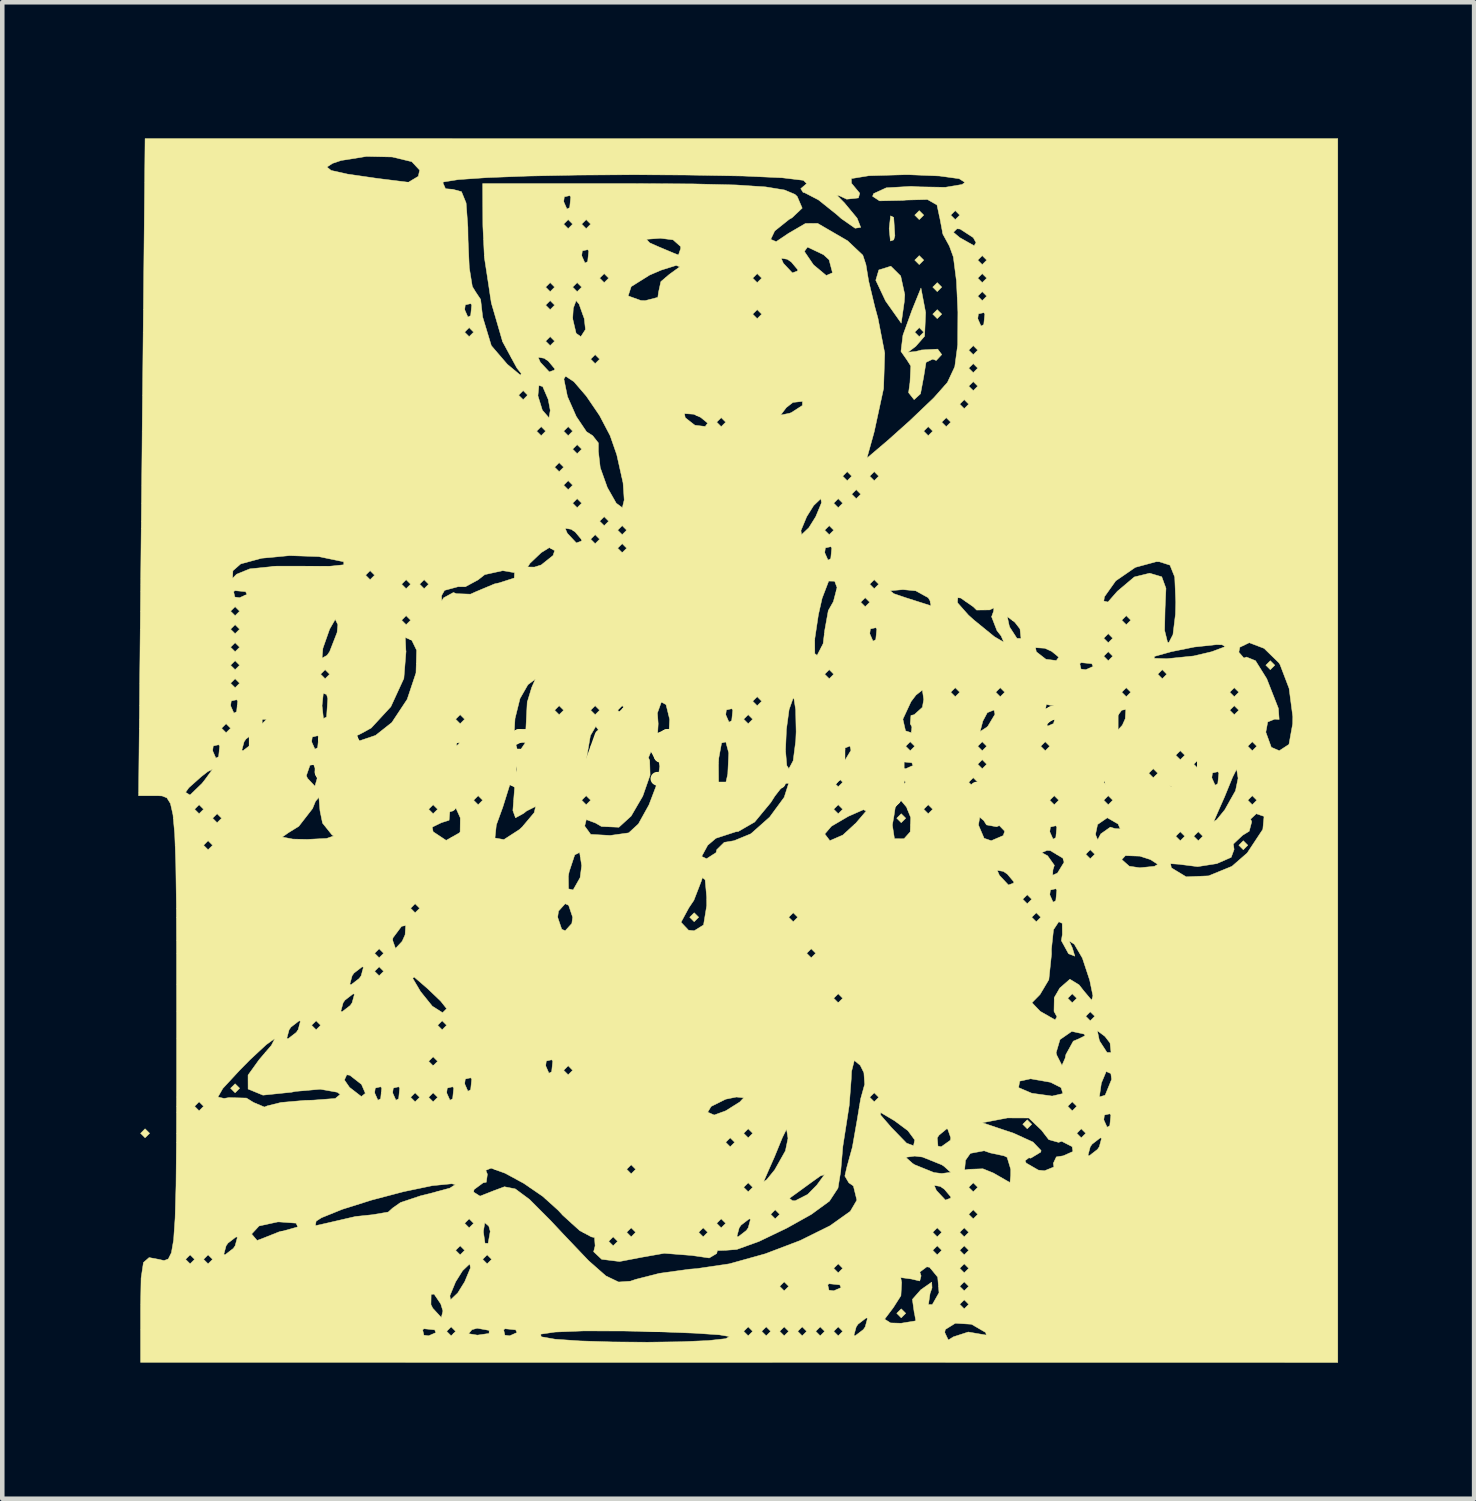
<source format=kicad_pcb>
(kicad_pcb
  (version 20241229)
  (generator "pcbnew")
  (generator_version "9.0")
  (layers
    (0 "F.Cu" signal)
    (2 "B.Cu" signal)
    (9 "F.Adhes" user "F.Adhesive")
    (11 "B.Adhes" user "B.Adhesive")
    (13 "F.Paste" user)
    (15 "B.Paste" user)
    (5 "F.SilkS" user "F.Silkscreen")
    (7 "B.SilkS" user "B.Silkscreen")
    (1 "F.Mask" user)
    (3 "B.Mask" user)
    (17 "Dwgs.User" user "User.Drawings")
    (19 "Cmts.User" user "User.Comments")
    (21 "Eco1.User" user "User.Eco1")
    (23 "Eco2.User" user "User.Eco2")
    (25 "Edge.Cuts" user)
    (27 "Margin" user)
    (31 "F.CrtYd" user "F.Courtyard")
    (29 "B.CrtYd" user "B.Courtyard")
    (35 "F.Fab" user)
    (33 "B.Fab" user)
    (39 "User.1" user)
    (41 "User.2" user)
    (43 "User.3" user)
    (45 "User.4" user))
  (footprint "Pappavis_logo_2klr"
    (layer "F.Cu")
    (at 13.146 13.499)
    (property "Reference" "Pappavis_logo_2klr" (at 0 0 0) (layer "F.SilkS") (effects (font (size 1.524 1.524) (thickness 0.3))))
    (attr through_hole)
    (fp_poly (pts (xy -12.898 8.434) (xy -12.998 8.533) (xy -13.097 8.434) (xy -12.998 8.334) (xy -12.898 8.434)) (stroke (width 0.01) (type solid)) (fill yes) (layer "F.SilkS"))
    (fp_poly (pts (xy -10.914 7.441) (xy -11.013 7.541) (xy -11.113 7.441) (xy -11.013 7.342) (xy -10.914 7.441)) (stroke (width 0.01) (type solid)) (fill yes) (layer "F.SilkS"))
    (fp_poly (pts (xy -2.977 -0.099) (xy -3.076 0) (xy -3.175 -0.099) (xy -3.076 -0.198) (xy -2.977 -0.099)) (stroke (width 0.01) (type solid)) (fill yes) (layer "F.SilkS"))
    (fp_poly (pts (xy -0.794 3.671) (xy -0.893 3.77) (xy -0.992 3.671) (xy -0.893 3.572) (xy -0.794 3.671)) (stroke (width 0.01) (type solid)) (fill yes) (layer "F.SilkS"))
    (fp_poly (pts (xy 3.77 1.488) (xy 3.671 1.587) (xy 3.572 1.488) (xy 3.671 1.389) (xy 3.77 1.488)) (stroke (width 0.01) (type solid)) (fill yes) (layer "F.SilkS"))
    (fp_poly (pts (xy 3.77 12.402) (xy 3.671 12.502) (xy 3.572 12.402) (xy 3.671 12.303) (xy 3.77 12.402)) (stroke (width 0.01) (type solid)) (fill yes) (layer "F.SilkS"))
    (fp_poly (pts (xy 4.167 -11.807) (xy 4.068 -11.708) (xy 3.969 -11.807) (xy 4.068 -11.906) (xy 4.167 -11.807)) (stroke (width 0.01) (type solid)) (fill yes) (layer "F.SilkS"))
    (fp_poly (pts (xy 4.167 -10.815) (xy 4.068 -10.716) (xy 3.969 -10.815) (xy 4.068 -10.914) (xy 4.167 -10.815)) (stroke (width 0.01) (type solid)) (fill yes) (layer "F.SilkS"))
    (fp_poly (pts (xy 4.564 -10.22) (xy 4.465 -10.12) (xy 4.366 -10.22) (xy 4.465 -10.319) (xy 4.564 -10.22)) (stroke (width 0.01) (type solid)) (fill yes) (layer "F.SilkS"))
    (fp_poly (pts (xy 4.564 -9.624) (xy 4.465 -9.525) (xy 4.366 -9.624) (xy 4.465 -9.723) (xy 4.564 -9.624)) (stroke (width 0.01) (type solid)) (fill yes) (layer "F.SilkS"))
    (fp_poly (pts (xy 6.548 8.235) (xy 6.449 8.334) (xy 6.35 8.235) (xy 6.449 8.136) (xy 6.548 8.235)) (stroke (width 0.01) (type solid)) (fill yes) (layer "F.SilkS"))
    (fp_poly (pts (xy 11.311 2.084) (xy 11.212 2.183) (xy 11.113 2.084) (xy 11.212 1.984) (xy 11.311 2.084)) (stroke (width 0.01) (type solid)) (fill yes) (layer "F.SilkS"))
    (fp_poly (pts (xy 11.906 -1.885) (xy 11.807 -1.786) (xy 11.708 -1.885) (xy 11.807 -1.984) (xy 11.906 -1.885)) (stroke (width 0.01) (type solid)) (fill yes) (layer "F.SilkS"))
    (fp_poly (pts (xy 3.505 -11.757) (xy 3.531 -11.351) (xy 3.505 -11.261) (xy 3.432 -11.236) (xy 3.405 -11.509) (xy 3.436 -11.791) (xy 3.505 -11.757)) (stroke (width 0.01) (type solid)) (fill yes) (layer "F.SilkS"))
    (fp_poly (pts (xy 3.659 -10.466) (xy 3.749 -10.054) (xy 3.738 -9.895) (xy 3.671 -9.426) (xy 3.326 -9.914) (xy 3.11 -10.371) (xy 3.177 -10.598) (xy 3.442 -10.681) (xy 3.659 -10.466)) (stroke (width 0.01) (type solid)) (fill yes) (layer "F.SilkS"))
    (fp_poly (pts (xy 4.209 -9.659) (xy 4.186 -9.137) (xy 3.992 -8.915) (xy 3.82 -8.784) (xy 3.992 -8.801) (xy 4.118 -8.834) (xy 4.475 -8.853) (xy 4.564 -8.733) (xy 4.443 -8.602) (xy 4.366 -8.632) (xy 4.218 -8.562) (xy 4.167 -8.247) (xy 4.096 -7.868) (xy 3.955 -7.739) (xy 3.833 -7.893) (xy 3.864 -8.119) (xy 3.882 -8.481) (xy 3.796 -8.616) (xy 3.665 -8.803) (xy 3.709 -9.161) (xy 3.733 -9.227) (xy 3.969 -9.227) (xy 4.068 -9.128) (xy 4.167 -9.227) (xy 4.068 -9.327) (xy 3.969 -9.227) (xy 3.733 -9.227) (xy 3.909 -9.713) (xy 4.106 -10.199) (xy 4.209 -9.659)) (stroke (width 0.01) (type solid)) (fill yes) (layer "F.SilkS"))
    (fp_poly (pts (xy 13.295 13.485) (xy 0.099 13.484) (xy -13.097 13.483) (xy -13.097 12.766) (xy -6.879 12.766) (xy -6.852 12.884) (xy -6.747 12.898) (xy -6.584 12.826) (xy -6.597 12.799) (xy -6.35 12.799) (xy -6.251 12.898) (xy -6.203 12.851) (xy -5.867 12.851) (xy -5.672 12.883) (xy -5.415 12.846) (xy -5.412 12.779) (xy -5.481 12.766) (xy -5.093 12.766) (xy -5.066 12.884) (xy -4.961 12.898) (xy -4.879 12.862) (xy -4.278 12.862) (xy -4.266 12.919) (xy -3.958 12.973) (xy -3.403 13.011) (xy -2.693 13.033) (xy -1.924 13.039) (xy -1.189 13.029) (xy -0.583 13.003) (xy -0.198 12.961) (xy -0.117 12.914) (xy -0.339 12.876) (xy -0.874 12.84) (xy -1.639 12.81) (xy -2.104 12.799) (xy 0.198 12.799) (xy 0.298 12.898) (xy 0.397 12.799) (xy 0.595 12.799) (xy 0.695 12.898) (xy 0.794 12.799) (xy 0.992 12.799) (xy 1.091 12.898) (xy 1.191 12.799) (xy 1.389 12.799) (xy 1.488 12.898) (xy 1.587 12.799) (xy 1.786 12.799) (xy 1.885 12.898) (xy 1.984 12.799) (xy 2.183 12.799) (xy 2.282 12.898) (xy 2.295 12.886) (xy 2.628 12.886) (xy 2.655 12.898) (xy 2.753 12.824) (xy 4.63 12.824) (xy 4.709 12.991) (xy 4.82 12.921) (xy 5.149 12.814) (xy 5.332 12.846) (xy 5.546 12.882) (xy 5.533 12.825) (xy 5.22 12.643) (xy 4.864 12.621) (xy 4.643 12.758) (xy 4.63 12.824) (xy 2.753 12.824) (xy 2.837 12.759) (xy 2.877 12.7) (xy 2.923 12.531) (xy 3.305 12.531) (xy 3.436 12.614) (xy 3.668 12.621) (xy 3.992 12.568) (xy 3.962 12.395) (xy 3.958 12.389) (xy 3.917 12.094) (xy 4.103 11.883) (xy 4.343 11.715) (xy 4.35 11.841) (xy 4.306 11.966) (xy 4.271 12.208) (xy 4.355 12.21) (xy 4.359 12.204) (xy 4.961 12.204) (xy 5.06 12.303) (xy 5.159 12.204) (xy 5.06 12.105) (xy 4.961 12.204) (xy 4.359 12.204) (xy 4.504 11.948) (xy 4.492 11.807) (xy 4.961 11.807) (xy 5.06 11.906) (xy 5.159 11.807) (xy 5.06 11.708) (xy 4.961 11.807) (xy 4.492 11.807) (xy 4.475 11.605) (xy 4.316 11.41) (xy 4.961 11.41) (xy 5.06 11.509) (xy 5.159 11.41) (xy 5.06 11.311) (xy 4.961 11.41) (xy 4.316 11.41) (xy 4.298 11.388) (xy 4.235 11.377) (xy 4.081 11.492) (xy 4.109 11.576) (xy 4.079 11.689) (xy 3.892 11.645) (xy 3.66 11.614) (xy 3.68 11.723) (xy 3.664 12.014) (xy 3.497 12.276) (xy 3.305 12.531) (xy 2.923 12.531) (xy 2.928 12.514) (xy 2.901 12.502) (xy 2.72 12.641) (xy 2.679 12.7) (xy 2.628 12.886) (xy 2.295 12.886) (xy 2.381 12.799) (xy 2.282 12.7) (xy 2.183 12.799) (xy 1.984 12.799) (xy 1.885 12.7) (xy 1.786 12.799) (xy 1.587 12.799) (xy 1.488 12.7) (xy 1.389 12.799) (xy 1.191 12.799) (xy 1.091 12.7) (xy 0.992 12.799) (xy 0.794 12.799) (xy 0.695 12.7) (xy 0.595 12.799) (xy 0.397 12.799) (xy 0.298 12.7) (xy 0.198 12.799) (xy -2.104 12.799) (xy -2.434 12.792) (xy -3.329 12.79) (xy -3.959 12.815) (xy -4.278 12.862) (xy -4.879 12.862) (xy -4.798 12.826) (xy -4.829 12.766) (xy -5.064 12.742) (xy -5.093 12.766) (xy -5.481 12.766) (xy -5.677 12.731) (xy -5.792 12.763) (xy -5.867 12.851) (xy -6.203 12.851) (xy -6.152 12.799) (xy -6.251 12.7) (xy -6.35 12.799) (xy -6.597 12.799) (xy -6.615 12.766) (xy -6.85 12.742) (xy -6.879 12.766) (xy -13.097 12.766) (xy -13.097 12.284) (xy -13.096 12.21) (xy -6.696 12.21) (xy -6.656 12.29) (xy -6.467 12.495) (xy -6.432 12.35) (xy -6.48 12.195) (xy -6.602 12.015) (xy -6.279 12.015) (xy -6.265 12.105) (xy -6.105 11.953) (xy -6.015 11.807) (xy 0.992 11.807) (xy 1.091 11.906) (xy 1.191 11.807) (xy 1.158 11.774) (xy 2.051 11.774) (xy 2.078 11.892) (xy 2.183 11.906) (xy 2.346 11.834) (xy 2.315 11.774) (xy 2.08 11.75) (xy 2.051 11.774) (xy 1.158 11.774) (xy 1.091 11.708) (xy 0.992 11.807) (xy -6.015 11.807) (xy -5.953 11.708) (xy -5.825 11.401) (xy -5.84 11.311) (xy -5.999 11.463) (xy -6.152 11.708) (xy -6.279 12.015) (xy -6.602 12.015) (xy -6.626 11.979) (xy -6.692 11.984) (xy -6.696 12.21) (xy -13.096 12.21) (xy -13.086 11.626) (xy -13.034 11.282) (xy -12.909 11.173) (xy -12.7 11.212) (xy -12.58 11.239) (xy -12.505 11.212) (xy -12.105 11.212) (xy -12.005 11.311) (xy -11.906 11.212) (xy -11.708 11.212) (xy -11.609 11.311) (xy -11.509 11.212) (xy -5.556 11.212) (xy -5.457 11.311) (xy -5.358 11.212) (xy -5.457 11.113) (xy -5.556 11.212) (xy -11.509 11.212) (xy -11.609 11.113) (xy -11.708 11.212) (xy -11.906 11.212) (xy -12.005 11.113) (xy -12.105 11.212) (xy -12.505 11.212) (xy -12.487 11.205) (xy -12.434 11.1) (xy -11.262 11.1) (xy -11.235 11.113) (xy -11.107 11.013) (xy -6.152 11.013) (xy -6.052 11.113) (xy -5.953 11.013) (xy -6.052 10.914) (xy -6.152 11.013) (xy -11.107 11.013) (xy -11.054 10.973) (xy -11.013 10.914) (xy -10.963 10.729) (xy -10.99 10.716) (xy -11.171 10.855) (xy -11.212 10.914) (xy -11.262 11.1) (xy -12.434 11.1) (xy -12.418 11.067) (xy -12.368 10.781) (xy -12.36 10.654) (xy -10.649 10.654) (xy -10.528 10.796) (xy -10.435 10.762) (xy -10.038 10.604) (xy -10.016 10.6) (xy -5.541 10.6) (xy -5.504 10.857) (xy -5.436 10.86) (xy -5.389 10.595) (xy -5.421 10.48) (xy -5.509 10.405) (xy -5.541 10.6) (xy -10.016 10.6) (xy -9.953 10.587) (xy -9.63 10.497) (xy -9.642 10.471) (xy -9.245 10.471) (xy -9.008 10.418) (xy -5.953 10.418) (xy -5.854 10.517) (xy -5.755 10.418) (xy -5.854 10.319) (xy -5.953 10.418) (xy -9.008 10.418) (xy -8.93 10.4) (xy -8.36 10.268) (xy -7.987 10.229) (xy -7.638 10.17) (xy -7.541 10.082) (xy -7.367 9.96) (xy -6.928 9.813) (xy -6.697 9.756) (xy -6.602 9.73) (xy -5.755 9.73) (xy -5.614 9.819) (xy -5.318 9.702) (xy -5.076 9.612) (xy -4.837 9.659) (xy -4.524 9.891) (xy -4.061 10.355) (xy -3.78 10.655) (xy -3.22 11.243) (xy -2.839 11.578) (xy -2.559 11.712) (xy -2.3 11.694) (xy -2.183 11.654) (xy -1.661 11.521) (xy -0.993 11.429) (xy -0.837 11.417) (xy -0.788 11.41) (xy 2.183 11.41) (xy 2.282 11.509) (xy 2.381 11.41) (xy 2.282 11.311) (xy 2.183 11.41) (xy -0.788 11.41) (xy -0.118 11.311) (xy 0.674 11.09) (xy 0.877 11.013) (xy 4.366 11.013) (xy 4.465 11.113) (xy 4.564 11.013) (xy 4.961 11.013) (xy 5.06 11.113) (xy 5.159 11.013) (xy 5.06 10.914) (xy 4.961 11.013) (xy 4.564 11.013) (xy 4.465 10.914) (xy 4.366 11.013) (xy 0.877 11.013) (xy 1.445 10.797) (xy 1.81 10.616) (xy 4.366 10.616) (xy 4.465 10.716) (xy 4.564 10.616) (xy 4.961 10.616) (xy 5.06 10.716) (xy 5.159 10.616) (xy 5.06 10.517) (xy 4.961 10.616) (xy 4.564 10.616) (xy 4.465 10.517) (xy 4.366 10.616) (xy 1.81 10.616) (xy 2.101 10.472) (xy 2.455 10.22) (xy 5.159 10.22) (xy 5.259 10.319) (xy 5.358 10.22) (xy 5.259 10.12) (xy 5.159 10.22) (xy 2.455 10.22) (xy 2.548 10.154) (xy 2.693 9.907) (xy 2.616 9.593) (xy 2.6 9.582) (xy 4.398 9.582) (xy 4.446 9.693) (xy 4.646 9.906) (xy 4.761 9.862) (xy 4.763 9.834) (xy 4.622 9.667) (xy 4.561 9.624) (xy 5.159 9.624) (xy 5.259 9.723) (xy 5.358 9.624) (xy 5.259 9.525) (xy 5.159 9.624) (xy 4.561 9.624) (xy 4.533 9.605) (xy 4.398 9.582) (xy 2.6 9.582) (xy 2.516 9.525) (xy 2.428 9.376) (xy 2.473 9.178) (xy 2.532 8.963) (xy 3.771 8.963) (xy 3.919 9.096) (xy 3.969 9.128) (xy 4.393 9.299) (xy 4.564 9.32) (xy 4.762 9.294) (xy 4.704 9.242) (xy 5.068 9.242) (xy 5.16 9.227) (xy 5.472 9.216) (xy 5.704 9.31) (xy 5.994 9.477) (xy 6.069 9.519) (xy 6.084 9.363) (xy 6.085 9.227) (xy 6.005 8.963) (xy 5.936 8.93) (xy 5.634 8.866) (xy 5.499 8.819) (xy 5.195 8.876) (xy 5.088 9.028) (xy 5.068 9.242) (xy 4.704 9.242) (xy 4.614 9.161) (xy 4.564 9.128) (xy 4.139 8.957) (xy 3.969 8.936) (xy 3.771 8.963) (xy 2.532 8.963) (xy 2.594 8.739) (xy 2.694 8.168) (xy 2.695 8.164) (xy 2.718 8.026) (xy 3.212 8.026) (xy 3.454 8.306) (xy 3.789 8.651) (xy 3.942 8.707) (xy 3.969 8.581) (xy 3.934 8.533) (xy 4.465 8.533) (xy 4.481 8.716) (xy 4.552 8.731) (xy 4.754 8.587) (xy 4.763 8.533) (xy 4.695 8.34) (xy 4.675 8.334) (xy 4.506 8.473) (xy 4.465 8.533) (xy 3.934 8.533) (xy 3.818 8.376) (xy 3.583 8.201) (xy 5.46 8.201) (xy 6.153 8.434) (xy 6.576 8.627) (xy 6.754 8.813) (xy 6.747 8.848) (xy 6.526 8.982) (xy 6.484 8.974) (xy 6.401 9.039) (xy 6.426 9.09) (xy 6.694 9.245) (xy 6.829 9.26) (xy 7.036 9.176) (xy 7.024 9.095) (xy 7.09 8.954) (xy 7.243 8.93) (xy 7.272 8.917) (xy 7.788 8.917) (xy 7.815 8.93) (xy 7.996 8.79) (xy 8.037 8.731) (xy 8.087 8.546) (xy 8.06 8.533) (xy 7.879 8.673) (xy 7.838 8.731) (xy 7.788 8.917) (xy 7.272 8.917) (xy 7.456 8.835) (xy 7.439 8.728) (xy 7.208 8.61) (xy 7.14 8.634) (xy 6.923 8.573) (xy 6.816 8.434) (xy 7.541 8.434) (xy 7.64 8.533) (xy 7.739 8.434) (xy 7.64 8.334) (xy 7.541 8.434) (xy 6.816 8.434) (xy 6.764 8.366) (xy 6.524 8.136) (xy 8.136 8.136) (xy 8.209 8.299) (xy 8.268 8.268) (xy 8.292 8.033) (xy 8.268 8.004) (xy 8.15 8.031) (xy 8.136 8.136) (xy 6.524 8.136) (xy 6.482 8.096) (xy 6.011 8.095) (xy 5.46 8.201) (xy 3.583 8.201) (xy 3.522 8.156) (xy 3.219 7.977) (xy 3.212 8.026) (xy 2.718 8.026) (xy 2.749 7.838) (xy 7.342 7.838) (xy 7.441 7.938) (xy 7.541 7.838) (xy 7.441 7.739) (xy 7.342 7.838) (xy 2.749 7.838) (xy 2.777 7.671) (xy 2.786 7.64) (xy 2.977 7.64) (xy 3.076 7.739) (xy 3.175 7.64) (xy 3.168 7.633) (xy 8.038 7.633) (xy 8.16 7.596) (xy 8.169 7.587) (xy 8.309 7.244) (xy 8.292 7.117) (xy 8.19 7.071) (xy 8.083 7.326) (xy 8.038 7.633) (xy 3.168 7.633) (xy 3.076 7.541) (xy 2.977 7.64) (xy 2.786 7.64) (xy 2.845 7.426) (xy 6.257 7.426) (xy 6.55 7.551) (xy 6.998 7.613) (xy 7.235 7.558) (xy 7.194 7.426) (xy 6.961 7.309) (xy 6.523 7.232) (xy 6.284 7.284) (xy 6.257 7.426) (xy 2.845 7.426) (xy 2.86 7.372) (xy 2.866 7.361) (xy 2.848 7.098) (xy 2.768 6.936) (xy 2.637 6.827) (xy 2.576 7.069) (xy 2.568 7.243) (xy 2.524 7.821) (xy 2.46 8.235) (xy 2.384 8.722) (xy 2.337 9.27) (xy 2.277 9.642) (xy 2.088 9.93) (xy 1.688 10.222) (xy 1.151 10.522) (xy 0.535 10.818) (xy 0.046 10.994) (xy -0.199 11.013) (xy -0.382 11.019) (xy -0.397 11.084) (xy -0.562 11.182) (xy -0.943 11.127) (xy -1.552 11.079) (xy -2.036 11.164) (xy -2.538 11.26) (xy -2.933 11.211) (xy -3.11 11.044) (xy -3.077 10.915) (xy -3.084 10.815) (xy -2.778 10.815) (xy -2.679 10.914) (xy -2.58 10.815) (xy -2.679 10.716) (xy -2.778 10.815) (xy -3.084 10.815) (xy -3.09 10.732) (xy -3.162 10.716) (xy -3.347 10.616) (xy -2.381 10.616) (xy -2.282 10.716) (xy -2.183 10.616) (xy -0.794 10.616) (xy -0.695 10.716) (xy -0.682 10.703) (xy 0.049 10.703) (xy 0.076 10.716) (xy 0.257 10.576) (xy 0.298 10.517) (xy 0.348 10.332) (xy 0.321 10.319) (xy 0.14 10.458) (xy 0.099 10.517) (xy 0.049 10.703) (xy -0.682 10.703) (xy -0.595 10.616) (xy -0.695 10.517) (xy -0.794 10.616) (xy -2.183 10.616) (xy -2.282 10.517) (xy -2.381 10.616) (xy -3.347 10.616) (xy -3.417 10.579) (xy -3.595 10.418) (xy -0.397 10.418) (xy -0.298 10.517) (xy -0.198 10.418) (xy -0.298 10.319) (xy -0.397 10.418) (xy -3.595 10.418) (xy -3.79 10.241) (xy -3.809 10.22) (xy 0.794 10.22) (xy 0.893 10.319) (xy 0.992 10.22) (xy 0.893 10.12) (xy 0.794 10.22) (xy -3.809 10.22) (xy -3.89 10.132) (xy -4.185 9.866) (xy 1.207 9.866) (xy 1.272 9.919) (xy 1.332 9.922) (xy 1.608 9.781) (xy 1.811 9.575) (xy 1.98 9.343) (xy 1.887 9.375) (xy 1.687 9.518) (xy 1.352 9.762) (xy 1.207 9.866) (xy -4.185 9.866) (xy -4.229 9.826) (xy -4.523 9.624) (xy 0.198 9.624) (xy 0.298 9.723) (xy 0.397 9.624) (xy 0.298 9.525) (xy 0.198 9.624) (xy -4.523 9.624) (xy -4.65 9.537) (xy -4.717 9.501) (xy 0.637 9.501) (xy 0.704 9.458) (xy 0.882 9.239) (xy 1.118 8.82) (xy 1.175 8.544) (xy 1.143 8.342) (xy 1.052 8.525) (xy 1.049 8.533) (xy 0.874 8.961) (xy 0.756 9.227) (xy 0.637 9.501) (xy -4.717 9.501) (xy -5.061 9.314) (xy -5.301 9.227) (xy -2.381 9.227) (xy -2.282 9.327) (xy -2.183 9.227) (xy -2.282 9.128) (xy -2.381 9.227) (xy -5.301 9.227) (xy -5.37 9.202) (xy -5.487 9.25) (xy -5.452 9.335) (xy -5.476 9.512) (xy -5.545 9.525) (xy -5.747 9.674) (xy -5.755 9.73) (xy -6.602 9.73) (xy -6.279 9.642) (xy -6.158 9.564) (xy -6.238 9.546) (xy -6.665 9.588) (xy -7.298 9.72) (xy -8.004 9.906) (xy -8.652 10.11) (xy -9.109 10.295) (xy -9.227 10.371) (xy -9.245 10.471) (xy -9.642 10.471) (xy -9.671 10.414) (xy -10.047 10.387) (xy -10.077 10.388) (xy -10.485 10.477) (xy -10.649 10.654) (xy -12.36 10.654) (xy -12.336 10.304) (xy -12.316 9.591) (xy -12.307 8.632) (xy -0.198 8.632) (xy -0.099 8.731) (xy 0 8.632) (xy -0.099 8.533) (xy -0.198 8.632) (xy -12.307 8.632) (xy -12.307 8.598) (xy -12.306 8.434) (xy 0.198 8.434) (xy 0.298 8.533) (xy 0.397 8.434) (xy 0.298 8.334) (xy 0.198 8.434) (xy -12.306 8.434) (xy -12.305 7.968) (xy -0.595 7.968) (xy -0.452 8.031) (xy -0.198 7.938) (xy 0.113 7.743) (xy 0.198 7.651) (xy 0.038 7.634) (xy -0.198 7.682) (xy -0.52 7.842) (xy -0.595 7.968) (xy -12.305 7.968) (xy -12.305 7.838) (xy -11.906 7.838) (xy -11.807 7.938) (xy -11.708 7.838) (xy -11.807 7.739) (xy -11.906 7.838) (xy -12.305 7.838) (xy -12.304 7.634) (xy -11.392 7.634) (xy -11.257 7.665) (xy -11.151 7.647) (xy -10.763 7.657) (xy -10.607 7.754) (xy -10.367 7.855) (xy -10.304 7.829) (xy -10.001 7.754) (xy -9.474 7.708) (xy -9.293 7.703) (xy -8.805 7.666) (xy -8.697 7.577) (xy -8.759 7.529) (xy -9.136 7.462) (xy -9.682 7.51) (xy -9.768 7.528) (xy -10.399 7.593) (xy -10.727 7.458) (xy -10.728 7.258) (xy -8.604 7.258) (xy -8.491 7.421) (xy -8.23 7.623) (xy -8.142 7.552) (xy -8.147 7.541) (xy -7.938 7.541) (xy -7.865 7.704) (xy -7.805 7.673) (xy -7.792 7.541) (xy -7.541 7.541) (xy -7.468 7.704) (xy -7.408 7.673) (xy -7.405 7.64) (xy -7.144 7.64) (xy -7.045 7.739) (xy -6.945 7.64) (xy -6.747 7.64) (xy -6.648 7.739) (xy -6.548 7.64) (xy -6.648 7.541) (xy -6.35 7.541) (xy -6.277 7.704) (xy -6.218 7.673) (xy -6.194 7.437) (xy -6.218 7.408) (xy -6.336 7.436) (xy -6.35 7.541) (xy -6.648 7.541) (xy -6.747 7.64) (xy -6.945 7.64) (xy -7.045 7.541) (xy -7.144 7.64) (xy -7.405 7.64) (xy -7.385 7.437) (xy -7.408 7.408) (xy -7.526 7.436) (xy -7.541 7.541) (xy -7.792 7.541) (xy -7.781 7.437) (xy -7.805 7.408) (xy -7.923 7.436) (xy -7.938 7.541) (xy -8.147 7.541) (xy -8.227 7.355) (xy -8.244 7.342) (xy -5.953 7.342) (xy -5.881 7.506) (xy -5.821 7.474) (xy -5.797 7.239) (xy -5.821 7.21) (xy -5.939 7.237) (xy -5.953 7.342) (xy -8.244 7.342) (xy -8.485 7.154) (xy -8.552 7.144) (xy -8.604 7.258) (xy -10.728 7.258) (xy -10.728 7.151) (xy -10.509 6.846) (xy -6.747 6.846) (xy -6.648 6.945) (xy -4.167 6.945) (xy -4.095 7.109) (xy -4.035 7.078) (xy -4.032 7.045) (xy -3.77 7.045) (xy -3.671 7.144) (xy -3.572 7.045) (xy -3.671 6.945) (xy -3.77 7.045) (xy -4.032 7.045) (xy -4.011 6.842) (xy -4.035 6.813) (xy -4.153 6.84) (xy -4.167 6.945) (xy -6.648 6.945) (xy -6.548 6.846) (xy -6.648 6.747) (xy -6.747 6.846) (xy -10.509 6.846) (xy -10.481 6.808) (xy -10.354 6.659) (xy 7.085 6.659) (xy 7.101 6.714) (xy 7.214 6.937) (xy 7.285 6.776) (xy 7.301 6.697) (xy 7.464 6.402) (xy 7.588 6.35) (xy 7.724 6.282) (xy 7.701 6.246) (xy 7.431 6.187) (xy 7.171 6.367) (xy 7.085 6.659) (xy -10.354 6.659) (xy -10.213 6.495) (xy -10.14 6.351) (xy -10.146 6.35) (xy -10.327 6.48) (xy -10.682 6.81) (xy -10.909 7.04) (xy -11.284 7.445) (xy -11.392 7.634) (xy -12.304 7.634) (xy -12.303 7.283) (xy -12.303 6.337) (xy -9.873 6.337) (xy -9.846 6.35) (xy -9.665 6.21) (xy -9.638 6.172) (xy 7.994 6.172) (xy 8.035 6.371) (xy 8.049 6.408) (xy 8.207 6.651) (xy 8.296 6.653) (xy 8.274 6.443) (xy 8.161 6.297) (xy 7.994 6.172) (xy -9.638 6.172) (xy -9.624 6.152) (xy -9.597 6.052) (xy -9.327 6.052) (xy -9.227 6.152) (xy -9.128 6.052) (xy -6.548 6.052) (xy -6.449 6.152) (xy -6.35 6.052) (xy -6.449 5.953) (xy -6.548 6.052) (xy -9.128 6.052) (xy -9.227 5.953) (xy -9.327 6.052) (xy -9.597 6.052) (xy -9.574 5.966) (xy -9.601 5.953) (xy -9.782 6.093) (xy -9.823 6.152) (xy -9.873 6.337) (xy -12.303 6.337) (xy -12.303 6.165) (xy -12.303 5.742) (xy -8.683 5.742) (xy -8.655 5.755) (xy -8.474 5.615) (xy -8.434 5.556) (xy -8.383 5.371) (xy -8.41 5.358) (xy -8.591 5.498) (xy -8.632 5.556) (xy -8.683 5.742) (xy -12.303 5.742) (xy -12.304 5.146) (xy -8.484 5.146) (xy -8.457 5.159) (xy -8.276 5.02) (xy -8.274 5.017) (xy -7.098 5.017) (xy -6.926 5.308) (xy -6.666 5.631) (xy -6.439 5.775) (xy -6.35 5.686) (xy -6.481 5.521) (xy -6.547 5.457) (xy 2.183 5.457) (xy 2.282 5.556) (xy 2.283 5.555) (xy 6.553 5.555) (xy 6.731 5.741) (xy 6.747 5.752) (xy 7.063 5.933) (xy 7.105 5.865) (xy 7.098 5.854) (xy 7.739 5.854) (xy 7.838 5.953) (xy 7.938 5.854) (xy 7.838 5.755) (xy 7.739 5.854) (xy 7.098 5.854) (xy 7.039 5.746) (xy 7.044 5.457) (xy 7.342 5.457) (xy 7.441 5.556) (xy 7.541 5.457) (xy 7.441 5.358) (xy 7.342 5.457) (xy 7.044 5.457) (xy 7.044 5.443) (xy 7.166 5.232) (xy 7.389 5.037) (xy 7.591 5.161) (xy 7.692 5.29) (xy 7.869 5.5) (xy 7.897 5.405) (xy 7.826 5.06) (xy 7.664 4.57) (xy 7.486 4.266) (xy 7.372 4.194) (xy 7.443 4.347) (xy 7.498 4.529) (xy 7.359 4.475) (xy 7.201 4.187) (xy 7.223 4.048) (xy 7.22 3.805) (xy 7.144 3.77) (xy 7.028 3.945) (xy 6.982 4.375) (xy 6.984 4.482) (xy 6.925 5.047) (xy 6.73 5.375) (xy 6.553 5.555) (xy 2.283 5.555) (xy 2.381 5.457) (xy 2.282 5.358) (xy 2.183 5.457) (xy -6.547 5.457) (xy -6.775 5.24) (xy -7.067 4.988) (xy -7.098 5.017) (xy -8.274 5.017) (xy -8.235 4.961) (xy -8.208 4.862) (xy -7.938 4.862) (xy -7.838 4.961) (xy -7.739 4.862) (xy -7.838 4.763) (xy -7.938 4.862) (xy -8.208 4.862) (xy -8.185 4.775) (xy -8.212 4.763) (xy -8.393 4.902) (xy -8.434 4.961) (xy -8.484 5.146) (xy -12.304 5.146) (xy -12.304 4.601) (xy -12.304 4.465) (xy -7.938 4.465) (xy -7.838 4.564) (xy -7.739 4.465) (xy 1.587 4.465) (xy 1.687 4.564) (xy 1.786 4.465) (xy 1.687 4.366) (xy 1.587 4.465) (xy -7.739 4.465) (xy -7.838 4.366) (xy -7.938 4.465) (xy -12.304 4.465) (xy -12.305 4.179) (xy -7.541 4.179) (xy -7.477 4.359) (xy -7.331 4.202) (xy -7.266 4.058) (xy -7.253 3.853) (xy -7.344 3.871) (xy -7.534 4.125) (xy -7.541 4.179) (xy -12.305 4.179) (xy -12.307 3.671) (xy -3.903 3.671) (xy -3.813 3.935) (xy -3.737 3.969) (xy -3.59 3.808) (xy -3.587 3.781) (xy -1.183 3.781) (xy -1.019 3.956) (xy -0.893 3.969) (xy -0.687 3.841) (xy -0.659 3.671) (xy 1.191 3.671) (xy 1.29 3.77) (xy 1.389 3.671) (xy 6.548 3.671) (xy 6.648 3.77) (xy 6.747 3.671) (xy 6.648 3.572) (xy 6.548 3.671) (xy 1.389 3.671) (xy 1.29 3.572) (xy 1.191 3.671) (xy -0.659 3.671) (xy -0.617 3.414) (xy -0.618 3.274) (xy 6.35 3.274) (xy 6.449 3.373) (xy 6.548 3.274) (xy 6.449 3.175) (xy 6.945 3.175) (xy 7.018 3.338) (xy 7.078 3.307) (xy 7.101 3.072) (xy 7.078 3.043) (xy 6.96 3.07) (xy 6.945 3.175) (xy 6.449 3.175) (xy 6.35 3.274) (xy -0.618 3.274) (xy -0.618 3.225) (xy -0.652 2.845) (xy -0.711 2.798) (xy -0.737 2.877) (xy -0.9 3.298) (xy -1.011 3.463) (xy -1.183 3.781) (xy -3.587 3.781) (xy -3.572 3.671) (xy -3.661 3.407) (xy -3.737 3.373) (xy -3.884 3.535) (xy -3.903 3.671) (xy -12.307 3.671) (xy -12.308 3.473) (xy -7.144 3.473) (xy -7.045 3.572) (xy -6.945 3.473) (xy -7.045 3.373) (xy -7.144 3.473) (xy -12.308 3.473) (xy -12.308 3.389) (xy -12.317 2.757) (xy -3.667 2.757) (xy -3.663 3.045) (xy -3.562 3.069) (xy -3.408 2.798) (xy -3.387 2.637) (xy 5.787 2.637) (xy 5.835 2.747) (xy 6.035 2.96) (xy 6.15 2.917) (xy 6.152 2.889) (xy 6.011 2.721) (xy 5.922 2.66) (xy 5.787 2.637) (xy -3.387 2.637) (xy -3.373 2.535) (xy -3.405 2.33) (xy -0.728 2.33) (xy -0.62 2.381) (xy -0.412 2.247) (xy 6.768 2.247) (xy 6.897 2.315) (xy 7.047 2.526) (xy 7.015 2.627) (xy 7.009 2.745) (xy 7.116 2.696) (xy 7.261 2.458) (xy 7.244 2.4) (xy 8.533 2.4) (xy 8.699 2.546) (xy 8.93 2.58) (xy 9.253 2.548) (xy 9.327 2.504) (xy 9.305 2.49) (xy 9.608 2.49) (xy 9.626 2.582) (xy 9.953 2.78) (xy 10.446 2.759) (xy 10.961 2.548) (xy 11.297 2.255) (xy 11.642 1.733) (xy 11.669 1.448) (xy 11.498 1.389) (xy 11.373 1.507) (xy 11.397 1.567) (xy 11.342 1.775) (xy 11.198 1.863) (xy 10.992 2.057) (xy 11.009 2.176) (xy 10.945 2.35) (xy 10.628 2.489) (xy 10.205 2.555) (xy 9.818 2.506) (xy 9.813 2.504) (xy 9.608 2.49) (xy 9.305 2.49) (xy 9.163 2.399) (xy 8.93 2.324) (xy 8.613 2.313) (xy 8.533 2.4) (xy 7.244 2.4) (xy 7.234 2.368) (xy 7.091 2.282) (xy 7.739 2.282) (xy 7.838 2.381) (xy 7.938 2.282) (xy 7.838 2.183) (xy 7.739 2.282) (xy 7.091 2.282) (xy 6.956 2.202) (xy 6.884 2.198) (xy 6.768 2.247) (xy -0.412 2.247) (xy -0.408 2.244) (xy -0.397 2.183) (xy -0.231 2.02) (xy -0.014 1.984) (xy 0.345 1.836) (xy 1.986 1.836) (xy 2.098 1.983) (xy 2.384 1.859) (xy 2.626 1.637) (xy 3.475 1.637) (xy 3.522 1.941) (xy 3.733 1.94) (xy 3.869 1.788) (xy 3.874 1.637) (xy 5.373 1.637) (xy 5.498 1.93) (xy 5.655 1.984) (xy 5.919 1.871) (xy 5.949 1.786) (xy 6.945 1.786) (xy 7.018 1.949) (xy 7.078 1.918) (xy 7.085 1.847) (xy 7.953 1.847) (xy 8.002 1.964) (xy 8.043 1.885) (xy 9.723 1.885) (xy 9.823 1.984) (xy 9.922 1.885) (xy 10.12 1.885) (xy 10.22 1.984) (xy 10.319 1.885) (xy 10.22 1.786) (xy 10.12 1.885) (xy 9.922 1.885) (xy 9.823 1.786) (xy 9.723 1.885) (xy 8.043 1.885) (xy 8.069 1.834) (xy 8.281 1.684) (xy 8.382 1.716) (xy 8.499 1.723) (xy 8.451 1.615) (xy 8.361 1.563) (xy 10.559 1.563) (xy 10.626 1.521) (xy 10.804 1.302) (xy 10.922 1.091) (xy 11.311 1.091) (xy 11.41 1.191) (xy 11.509 1.091) (xy 11.41 0.992) (xy 11.311 1.091) (xy 10.922 1.091) (xy 11.04 0.882) (xy 11.097 0.607) (xy 11.065 0.405) (xy 10.974 0.587) (xy 10.971 0.595) (xy 10.796 1.024) (xy 10.678 1.29) (xy 10.559 1.563) (xy 8.361 1.563) (xy 8.214 1.478) (xy 7.999 1.627) (xy 7.953 1.847) (xy 7.085 1.847) (xy 7.101 1.683) (xy 7.078 1.654) (xy 6.96 1.681) (xy 6.945 1.786) (xy 5.949 1.786) (xy 5.953 1.774) (xy 5.834 1.651) (xy 5.772 1.676) (xy 5.55 1.635) (xy 5.49 1.539) (xy 5.402 1.467) (xy 5.373 1.637) (xy 3.874 1.637) (xy 3.88 1.473) (xy 3.806 1.29) (xy 4.167 1.29) (xy 4.266 1.389) (xy 4.366 1.29) (xy 4.266 1.191) (xy 4.167 1.29) (xy 3.806 1.29) (xy 3.787 1.242) (xy 3.66 1.091) (xy 6.945 1.091) (xy 7.045 1.191) (xy 7.144 1.091) (xy 8.136 1.091) (xy 8.235 1.191) (xy 8.334 1.091) (xy 8.235 0.992) (xy 8.136 1.091) (xy 7.144 1.091) (xy 7.045 0.992) (xy 6.945 1.091) (xy 3.66 1.091) (xy 3.619 1.044) (xy 3.563 1.091) (xy 3.509 1.449) (xy 3.475 1.637) (xy 2.626 1.637) (xy 2.672 1.595) (xy 2.898 1.33) (xy 2.838 1.3) (xy 2.506 1.446) (xy 2.132 1.665) (xy 1.986 1.836) (xy 0.345 1.836) (xy 0.357 1.831) (xy 0.77 1.464) (xy 0.898 1.29) (xy 2.183 1.29) (xy 2.282 1.389) (xy 2.381 1.29) (xy 2.282 1.191) (xy 2.183 1.29) (xy 0.898 1.29) (xy 1.091 1.027) (xy 1.19 0.717) (xy 1.102 0.722) (xy 0.885 1.001) (xy 0.796 1.141) (xy 0.44 1.572) (xy 0.078 1.781) (xy 0.027 1.786) (xy -0.414 1.93) (xy -0.595 2.084) (xy -0.728 2.33) (xy -3.405 2.33) (xy -3.419 2.242) (xy -3.526 2.296) (xy -3.648 2.663) (xy -3.667 2.757) (xy -12.317 2.757) (xy -12.321 2.484) (xy -12.335 2.084) (xy -11.708 2.084) (xy -11.609 2.183) (xy -11.509 2.084) (xy -11.609 1.984) (xy -11.708 2.084) (xy -12.335 2.084) (xy -12.342 1.903) (xy -9.973 1.903) (xy -9.74 1.948) (xy -9.426 1.955) (xy -8.994 1.933) (xy -8.843 1.88) (xy -8.88 1.853) (xy -9.014 1.685) (xy -6.668 1.685) (xy -6.648 1.786) (xy -6.361 1.976) (xy -6.268 1.924) (xy -5.285 1.924) (xy -5.088 1.959) (xy -4.745 1.737) (xy -4.677 1.673) (xy -4.668 1.661) (xy -3.307 1.661) (xy -3.174 1.844) (xy -2.745 1.868) (xy -2.337 1.811) (xy -2.123 1.614) (xy -1.89 1.194) (xy -1.708 0.715) (xy -1.651 0.341) (xy -1.663 0.289) (xy -0.358 0.289) (xy -0.354 0.81) (xy -0.299 0.973) (xy -0.208 0.761) (xy -0.193 0.695) (xy 2.183 0.695) (xy 2.282 0.794) (xy 2.381 0.695) (xy 3.572 0.695) (xy 3.671 0.794) (xy 3.77 0.695) (xy 5.159 0.695) (xy 5.259 0.794) (xy 5.358 0.695) (xy 8.136 0.695) (xy 8.235 0.794) (xy 8.334 0.695) (xy 9.525 0.695) (xy 9.624 0.794) (xy 9.723 0.695) (xy 9.624 0.595) (xy 10.517 0.595) (xy 10.59 0.759) (xy 10.649 0.728) (xy 10.673 0.492) (xy 10.649 0.463) (xy 10.532 0.49) (xy 10.517 0.595) (xy 9.624 0.595) (xy 9.525 0.695) (xy 8.334 0.695) (xy 8.235 0.595) (xy 8.136 0.695) (xy 5.358 0.695) (xy 5.259 0.595) (xy 5.159 0.695) (xy 3.77 0.695) (xy 3.671 0.595) (xy 3.572 0.695) (xy 2.381 0.695) (xy 2.282 0.595) (xy 2.183 0.695) (xy -0.193 0.695) (xy -0.152 0.509) (xy -0.152 0.496) (xy 9.128 0.496) (xy 9.227 0.595) (xy 9.327 0.496) (xy 9.227 0.397) (xy 9.128 0.496) (xy -0.152 0.496) (xy -0.131 0.05) (xy -0.146 -0.007) (xy 1.12 -0.007) (xy 1.148 0.326) (xy 1.195 0.397) (xy 1.208 0.372) (xy 2.234 0.372) (xy 2.38 0.277) (xy 2.392 0.265) (xy 3.638 0.265) (xy 3.665 0.383) (xy 3.77 0.397) (xy 3.934 0.324) (xy 3.92 0.298) (xy 5.358 0.298) (xy 5.457 0.397) (xy 5.556 0.298) (xy 10.12 0.298) (xy 10.22 0.397) (xy 10.319 0.298) (xy 10.22 0.198) (xy 10.12 0.298) (xy 5.556 0.298) (xy 5.457 0.198) (xy 5.358 0.298) (xy 3.92 0.298) (xy 3.903 0.265) (xy 3.667 0.241) (xy 3.638 0.265) (xy 2.392 0.265) (xy 2.406 0.251) (xy 2.563 -0.009) (xy 2.543 -0.099) (xy 3.77 -0.099) (xy 3.87 0) (xy 3.969 -0.099) (xy 5.358 -0.099) (xy 5.457 0) (xy 5.556 -0.099) (xy 6.747 -0.099) (xy 6.846 0) (xy 6.923 -0.077) (xy 8.204 -0.077) (xy 8.235 0) (xy 8.413 0.189) (xy 8.445 0.198) (xy 8.5 0.099) (xy 9.723 0.099) (xy 9.823 0.198) (xy 9.922 0.099) (xy 9.823 0) (xy 9.723 0.099) (xy 8.5 0.099) (xy 8.531 0.045) (xy 8.533 0) (xy 8.453 -0.099) (xy 11.311 -0.099) (xy 11.41 0) (xy 11.509 -0.099) (xy 11.41 -0.198) (xy 11.311 -0.099) (xy 8.453 -0.099) (xy 8.38 -0.191) (xy 8.323 -0.198) (xy 8.204 -0.077) (xy 6.923 -0.077) (xy 6.945 -0.099) (xy 6.846 -0.198) (xy 6.747 -0.099) (xy 5.556 -0.099) (xy 5.457 -0.198) (xy 5.358 -0.099) (xy 3.969 -0.099) (xy 3.87 -0.198) (xy 3.77 -0.099) (xy 2.543 -0.099) (xy 2.541 -0.104) (xy 2.394 -0.045) (xy 2.295 0.14) (xy 2.234 0.372) (xy 1.208 0.372) (xy 1.289 0.22) (xy 1.346 -0.222) (xy 1.354 -0.418) (xy 1.348 -0.695) (xy 3.707 -0.695) (xy 3.766 -0.438) (xy 3.893 -0.397) (xy 3.896 -0.422) (xy 5.409 -0.422) (xy 5.555 -0.517) (xy 5.581 -0.542) (xy 5.732 -0.794) (xy 6.832 -0.794) (xy 6.896 -0.541) (xy 6.994 -0.584) (xy 8.334 -0.584) (xy 8.398 -0.403) (xy 8.544 -0.561) (xy 8.609 -0.705) (xy 8.621 -0.893) (xy 10.914 -0.893) (xy 11.013 -0.794) (xy 11.113 -0.893) (xy 11.013 -0.992) (xy 10.914 -0.893) (xy 8.621 -0.893) (xy 8.622 -0.91) (xy 8.531 -0.892) (xy 8.341 -0.637) (xy 8.334 -0.584) (xy 6.994 -0.584) (xy 7.028 -0.598) (xy 7.106 -0.879) (xy 7.028 -0.989) (xy 6.869 -1.02) (xy 6.832 -0.794) (xy 5.732 -0.794) (xy 5.738 -0.803) (xy 5.716 -0.898) (xy 5.569 -0.839) (xy 5.47 -0.653) (xy 5.409 -0.422) (xy 3.896 -0.422) (xy 3.906 -0.525) (xy 3.87 -0.595) (xy 3.885 -0.778) (xy 3.957 -0.794) (xy 4.137 -0.957) (xy 4.167 -1.129) (xy 4.144 -1.29) (xy 4.763 -1.29) (xy 4.862 -1.191) (xy 4.961 -1.29) (xy 5.755 -1.29) (xy 5.854 -1.191) (xy 5.953 -1.29) (xy 8.533 -1.29) (xy 8.632 -1.191) (xy 8.731 -1.29) (xy 10.914 -1.29) (xy 11.013 -1.191) (xy 11.113 -1.29) (xy 11.013 -1.389) (xy 10.914 -1.29) (xy 8.731 -1.29) (xy 8.632 -1.389) (xy 8.533 -1.29) (xy 5.953 -1.29) (xy 5.854 -1.389) (xy 5.755 -1.29) (xy 4.961 -1.29) (xy 4.862 -1.389) (xy 4.763 -1.29) (xy 4.144 -1.29) (xy 4.137 -1.337) (xy 3.997 -1.227) (xy 3.887 -1.082) (xy 3.707 -0.695) (xy 1.348 -0.695) (xy 1.344 -0.902) (xy 1.306 -1.148) (xy 1.287 -1.155) (xy 1.199 -0.908) (xy 1.14 -0.472) (xy 1.12 -0.007) (xy -0.146 -0.007) (xy -0.196 -0.194) (xy -0.289 -0.171) (xy -0.351 0.162) (xy -0.358 0.289) (xy -1.663 0.289) (xy -1.664 0.286) (xy -1.653 -0.024) (xy -1.582 -0.103) (xy -1.451 -0.368) (xy -1.434 -0.69) (xy -1.459 -0.794) (xy -0.198 -0.794) (xy -0.126 -0.63) (xy -0.066 -0.661) (xy -0.063 -0.695) (xy 0.198 -0.695) (xy 0.298 -0.595) (xy 0.397 -0.695) (xy 0.298 -0.794) (xy 0.198 -0.695) (xy -0.063 -0.695) (xy -0.042 -0.897) (xy -0.066 -0.926) (xy -0.184 -0.899) (xy -0.198 -0.794) (xy -1.459 -0.794) (xy -1.514 -1.016) (xy -1.617 -1.073) (xy -1.704 -0.831) (xy -1.687 -0.595) (xy -1.708 -0.223) (xy -1.801 -0.09) (xy -1.901 0.152) (xy -1.874 0.217) (xy -1.865 0.538) (xy -2.027 1.002) (xy -2.283 1.441) (xy -2.553 1.687) (xy -2.937 1.67) (xy -3.068 1.594) (xy -3.271 1.518) (xy -3.307 1.661) (xy -4.668 1.661) (xy -4.42 1.366) (xy -4.388 1.229) (xy -4.587 1.328) (xy -4.653 1.381) (xy -4.832 1.479) (xy -4.89 1.318) (xy -4.873 1.091) (xy -3.373 1.091) (xy -3.274 1.191) (xy -3.175 1.091) (xy -3.274 0.992) (xy -3.373 1.091) (xy -4.873 1.091) (xy -4.855 0.859) (xy -4.835 0.659) (xy -3.321 0.659) (xy -3.282 0.73) (xy -3.125 0.474) (xy -3.088 0.407) (xy -2.924 -0.042) (xy -2.923 -0.346) (xy -3.062 -0.537) (xy -3.181 -0.334) (xy -3.277 0.227) (xy -3.321 0.659) (xy -4.835 0.659) (xy -4.809 0.406) (xy -4.824 0.324) (xy -4.91 0.592) (xy -4.94 0.695) (xy -5.111 1.241) (xy -5.255 1.637) (xy -5.285 1.924) (xy -6.268 1.924) (xy -6.069 1.811) (xy -6.053 1.788) (xy -6.049 1.48) (xy -6.156 1.242) (xy -6.259 1.091) (xy -5.755 1.091) (xy -5.655 1.191) (xy -5.556 1.091) (xy -5.655 0.992) (xy -5.755 1.091) (xy -6.259 1.091) (xy -6.32 1.002) (xy -6.315 1.098) (xy -6.272 1.24) (xy -6.296 1.533) (xy -6.467 1.587) (xy -6.668 1.685) (xy -9.014 1.685) (xy -9.086 1.596) (xy -9.142 1.323) (xy -9.145 1.29) (xy -6.747 1.29) (xy -6.648 1.389) (xy -6.548 1.29) (xy -6.648 1.191) (xy -6.747 1.29) (xy -9.145 1.29) (xy -9.166 1.028) (xy -9.241 1.115) (xy -9.306 1.275) (xy -9.61 1.667) (xy -9.837 1.807) (xy -9.973 1.903) (xy -12.342 1.903) (xy -12.344 1.842) (xy -12.376 1.488) (xy -11.509 1.488) (xy -11.41 1.587) (xy -11.311 1.488) (xy -11.41 1.389) (xy -11.509 1.488) (xy -12.376 1.488) (xy -12.382 1.417) (xy -12.41 1.29) (xy -11.906 1.29) (xy -11.807 1.389) (xy -11.708 1.29) (xy -11.807 1.191) (xy -11.906 1.29) (xy -12.41 1.29) (xy -12.439 1.164) (xy -12.517 1.039) (xy -12.622 0.997) (xy -12.722 0.992) (xy -13.141 0.992) (xy -13.14 0.917) (xy -12.105 0.917) (xy -12.008 0.977) (xy -11.744 0.722) (xy -11.683 0.645) (xy -11.613 0.55) (xy -9.443 0.55) (xy -9.417 0.609) (xy -9.254 0.782) (xy -9.229 0.695) (xy -6.35 0.695) (xy -6.251 0.794) (xy -6.152 0.695) (xy -6.251 0.595) (xy -6.35 0.695) (xy -9.229 0.695) (xy -9.195 0.578) (xy -9.194 0.505) (xy -9.282 0.306) (xy -9.363 0.32) (xy -9.443 0.55) (xy -11.613 0.55) (xy -11.511 0.41) (xy -11.614 0.459) (xy -11.757 0.57) (xy -12.032 0.815) (xy -12.105 0.917) (xy -13.14 0.917) (xy -13.134 0.298) (xy -6.35 0.298) (xy -6.251 0.397) (xy -6.152 0.298) (xy -6.251 0.198) (xy -6.35 0.298) (xy -13.134 0.298) (xy -13.131 0) (xy -11.509 0) (xy -11.437 0.163) (xy -11.377 0.132) (xy -11.362 -0.013) (xy -10.865 -0.013) (xy -10.838 0) (xy -10.822 -0.013) (xy -6.301 -0.013) (xy -6.274 0) (xy -6.093 -0.14) (xy -6.052 -0.198) (xy -6.03 -0.28) (xy -4.868 -0.28) (xy -4.79 -0.022) (xy -4.735 0) (xy -4.62 -0.17) (xy -4.6 -0.551) (xy -4.583 -0.893) (xy -3.969 -0.893) (xy -3.87 -0.794) (xy -3.77 -0.893) (xy -3.175 -0.893) (xy -3.076 -0.794) (xy -2.977 -0.893) (xy -2.58 -0.893) (xy -2.48 -0.794) (xy -2.381 -0.893) (xy -2.48 -0.992) (xy -2.58 -0.893) (xy -2.977 -0.893) (xy -3.076 -0.992) (xy -3.175 -0.893) (xy -3.77 -0.893) (xy -3.87 -0.992) (xy -3.969 -0.893) (xy -4.583 -0.893) (xy -4.574 -1.068) (xy -4.567 -1.091) (xy 0.397 -1.091) (xy 0.496 -0.992) (xy 0.595 -1.091) (xy 0.496 -1.191) (xy 0.397 -1.091) (xy -4.567 -1.091) (xy -4.475 -1.395) (xy -4.394 -1.578) (xy -4.558 -1.456) (xy -4.733 -1.15) (xy -4.843 -0.707) (xy -4.868 -0.28) (xy -6.03 -0.28) (xy -6.002 -0.384) (xy -6.029 -0.397) (xy -6.21 -0.257) (xy -6.251 -0.198) (xy -6.301 -0.013) (xy -10.822 -0.013) (xy -10.657 -0.14) (xy -10.616 -0.198) (xy -9.327 -0.198) (xy -9.254 -0.035) (xy -9.194 -0.066) (xy -9.174 -0.267) (xy -8.458 -0.267) (xy -8.353 -0.214) (xy -8.292 -0.211) (xy -7.917 -0.338) (xy -7.558 -0.622) (xy -7.51 -0.695) (xy -6.152 -0.695) (xy -6.052 -0.595) (xy -5.953 -0.695) (xy -6.052 -0.794) (xy -6.152 -0.695) (xy -7.51 -0.695) (xy -7.22 -1.133) (xy -7.035 -1.687) (xy 1.984 -1.687) (xy 2.084 -1.587) (xy 2.183 -1.687) (xy 9.327 -1.687) (xy 9.426 -1.587) (xy 9.525 -1.687) (xy 9.426 -1.786) (xy 9.327 -1.687) (xy 2.183 -1.687) (xy 2.084 -1.786) (xy 1.984 -1.687) (xy -7.035 -1.687) (xy -7.026 -1.712) (xy -7.02 -1.918) (xy 7.607 -1.918) (xy 7.634 -1.8) (xy 7.739 -1.786) (xy 7.902 -1.859) (xy 7.871 -1.918) (xy 7.636 -1.942) (xy 7.607 -1.918) (xy -7.02 -1.918) (xy -7.012 -2.215) (xy -7.119 -2.436) (xy -7.172 -2.458) (xy 1.764 -2.458) (xy 1.766 -2.141) (xy 1.816 -2.102) (xy 1.904 -2.272) (xy 6.631 -2.272) (xy 6.649 -2.181) (xy 6.861 -2.016) (xy 7.089 -1.988) (xy 7.144 -2.062) (xy 7.118 -2.084) (xy 8.136 -2.084) (xy 8.235 -1.984) (xy 8.288 -2.037) (xy 9.249 -2.037) (xy 9.525 -2.028) (xy 10.121 -2.089) (xy 10.468 -2.171) (xy 11.113 -2.171) (xy 11.225 -2.043) (xy 11.281 -2.065) (xy 11.481 -1.984) (xy 11.729 -1.586) (xy 11.981 -0.944) (xy 11.985 -0.932) (xy 12.002 -0.689) (xy 11.904 -0.696) (xy 11.75 -0.634) (xy 11.708 -0.409) (xy 11.829 -0.076) (xy 12.005 0) (xy 12.218 -0.139) (xy 12.3 -0.593) (xy 12.303 -0.75) (xy 12.221 -1.374) (xy 12.021 -1.899) (xy 11.994 -1.94) (xy 11.67 -2.256) (xy 11.343 -2.381) (xy 11.135 -2.281) (xy 11.113 -2.171) (xy 10.468 -2.171) (xy 10.517 -2.183) (xy 10.815 -2.295) (xy 10.742 -2.336) (xy 10.616 -2.338) (xy 10.132 -2.286) (xy 9.624 -2.183) (xy 9.252 -2.079) (xy 9.249 -2.037) (xy 8.288 -2.037) (xy 8.334 -2.084) (xy 8.235 -2.183) (xy 8.136 -2.084) (xy 7.118 -2.084) (xy 6.988 -2.19) (xy 6.836 -2.259) (xy 6.631 -2.272) (xy 1.904 -2.272) (xy 1.95 -2.362) (xy 1.976 -2.58) (xy 2.977 -2.58) (xy 3.049 -2.416) (xy 3.109 -2.447) (xy 3.133 -2.683) (xy 3.109 -2.712) (xy 2.991 -2.685) (xy 2.977 -2.58) (xy 1.976 -2.58) (xy 1.984 -2.651) (xy 2.063 -3.089) (xy 2.168 -3.274) (xy 2.778 -3.274) (xy 2.877 -3.175) (xy 2.977 -3.274) (xy 2.877 -3.373) (xy 2.778 -3.274) (xy 2.168 -3.274) (xy 2.175 -3.286) (xy 2.238 -3.527) (xy 3.43 -3.527) (xy 3.505 -3.463) (xy 3.77 -3.373) (xy 4.162 -3.248) (xy 4.328 -3.195) (xy 4.314 -3.264) (xy 4.91 -3.264) (xy 5.152 -2.99) (xy 5.277 -2.878) (xy 5.727 -2.512) (xy 5.932 -2.393) (xy 5.873 -2.53) (xy 5.781 -2.648) (xy 5.663 -2.953) (xy 5.664 -2.956) (xy 6.009 -2.956) (xy 6.051 -2.758) (xy 6.065 -2.72) (xy 6.222 -2.477) (xy 6.312 -2.475) (xy 6.311 -2.48) (xy 8.136 -2.48) (xy 8.235 -2.381) (xy 8.334 -2.48) (xy 8.235 -2.58) (xy 8.136 -2.48) (xy 6.311 -2.48) (xy 6.289 -2.685) (xy 6.176 -2.831) (xy 6.115 -2.877) (xy 8.533 -2.877) (xy 8.632 -2.778) (xy 8.731 -2.877) (xy 8.632 -2.977) (xy 8.533 -2.877) (xy 6.115 -2.877) (xy 6.009 -2.956) (xy 5.664 -2.956) (xy 5.707 -3.076) (xy 5.715 -3.149) (xy 5.62 -3.104) (xy 5.333 -3.101) (xy 5.261 -3.172) (xy 5.079 -3.299) (xy 8.136 -3.299) (xy 8.228 -3.278) (xy 8.436 -3.515) (xy 8.809 -3.83) (xy 9.147 -3.913) (xy 9.414 -3.834) (xy 9.507 -3.579) (xy 9.487 -3.132) (xy 9.477 -2.652) (xy 9.541 -2.395) (xy 9.569 -2.381) (xy 9.661 -2.559) (xy 9.716 -3.008) (xy 9.723 -3.274) (xy 9.7 -3.829) (xy 9.595 -4.091) (xy 9.36 -4.166) (xy 9.293 -4.167) (xy 8.832 -4.042) (xy 8.4 -3.745) (xy 8.151 -3.394) (xy 8.136 -3.299) (xy 5.079 -3.299) (xy 4.983 -3.366) (xy 4.918 -3.373) (xy 4.91 -3.264) (xy 4.314 -3.264) (xy 4.306 -3.305) (xy 4.266 -3.373) (xy 3.991 -3.525) (xy 3.709 -3.552) (xy 3.43 -3.527) (xy 2.238 -3.527) (xy 2.256 -3.597) (xy 2.228 -3.671) (xy 2.977 -3.671) (xy 3.076 -3.572) (xy 3.175 -3.671) (xy 3.076 -3.77) (xy 2.977 -3.671) (xy 2.228 -3.671) (xy 2.204 -3.737) (xy 2.072 -3.74) (xy 1.927 -3.361) (xy 1.845 -2.998) (xy 1.764 -2.458) (xy -7.172 -2.458) (xy -7.262 -2.497) (xy -7.249 -2.213) (xy -7.245 -2.195) (xy -7.293 -1.594) (xy -7.58 -0.97) (xy -8.013 -0.501) (xy -8.196 -0.399) (xy -8.458 -0.267) (xy -9.174 -0.267) (xy -9.171 -0.302) (xy -9.194 -0.331) (xy -9.312 -0.303) (xy -9.327 -0.198) (xy -10.616 -0.198) (xy -10.566 -0.384) (xy -10.593 -0.397) (xy -10.774 -0.257) (xy -10.815 -0.198) (xy -10.865 -0.013) (xy -11.362 -0.013) (xy -11.353 -0.103) (xy -11.377 -0.132) (xy -11.495 -0.105) (xy -11.509 0) (xy -13.131 0) (xy -13.126 -0.496) (xy -11.311 -0.496) (xy -11.212 -0.397) (xy -11.113 -0.496) (xy -11.212 -0.595) (xy -11.311 -0.496) (xy -13.126 -0.496) (xy -13.124 -0.695) (xy -10.517 -0.695) (xy -10.418 -0.595) (xy -10.319 -0.695) (xy -10.418 -0.794) (xy -10.517 -0.695) (xy -13.124 -0.695) (xy -13.121 -0.992) (xy -11.113 -0.992) (xy -11.04 -0.829) (xy -10.98 -0.86) (xy -10.967 -0.992) (xy -9.097 -0.992) (xy -9.066 -0.71) (xy -8.997 -0.744) (xy -8.97 -1.15) (xy -8.997 -1.24) (xy -9.069 -1.265) (xy -9.097 -0.992) (xy -10.967 -0.992) (xy -10.956 -1.095) (xy -10.98 -1.124) (xy -11.098 -1.097) (xy -11.113 -0.992) (xy -13.121 -0.992) (xy -13.117 -1.488) (xy -11.113 -1.488) (xy -11.013 -1.389) (xy -10.914 -1.488) (xy -11.013 -1.587) (xy -11.113 -1.488) (xy -13.117 -1.488) (xy -13.115 -1.687) (xy -9.128 -1.687) (xy -9.029 -1.587) (xy -8.93 -1.687) (xy -9.029 -1.786) (xy -9.128 -1.687) (xy -13.115 -1.687) (xy -13.113 -1.885) (xy -11.113 -1.885) (xy -11.013 -1.786) (xy -10.914 -1.885) (xy -11.013 -1.984) (xy -11.113 -1.885) (xy -13.113 -1.885) (xy -13.111 -2.041) (xy -9.097 -2.041) (xy -8.986 -2.103) (xy -8.93 -2.183) (xy -8.765 -2.606) (xy -8.748 -2.778) (xy -8.796 -2.877) (xy -7.342 -2.877) (xy -7.243 -2.778) (xy -7.144 -2.877) (xy -7.243 -2.977) (xy -7.342 -2.877) (xy -8.796 -2.877) (xy -8.805 -2.897) (xy -8.93 -2.679) (xy -9.078 -2.258) (xy -9.097 -2.041) (xy -13.111 -2.041) (xy -13.109 -2.282) (xy -11.113 -2.282) (xy -11.013 -2.183) (xy -10.914 -2.282) (xy -11.013 -2.381) (xy -11.113 -2.282) (xy -13.109 -2.282) (xy -13.105 -2.679) (xy -11.113 -2.679) (xy -11.013 -2.58) (xy -10.914 -2.679) (xy -11.013 -2.778) (xy -11.113 -2.679) (xy -13.105 -2.679) (xy -13.101 -3.076) (xy -11.113 -3.076) (xy -11.013 -2.977) (xy -10.914 -3.076) (xy -11.013 -3.175) (xy -11.113 -3.076) (xy -13.101 -3.076) (xy -13.097 -3.506) (xy -11.046 -3.506) (xy -11.019 -3.388) (xy -10.914 -3.373) (xy -10.814 -3.418) (xy -6.463 -3.418) (xy -6.459 -3.303) (xy -6.417 -3.37) (xy -6.201 -3.488) (xy -6.135 -3.462) (xy -5.824 -3.451) (xy -5.705 -3.505) (xy -5.295 -3.677) (xy -5.191 -3.7) (xy -4.86 -3.807) (xy -4.853 -3.925) (xy -5.115 -3.969) (xy -5.51 -3.882) (xy -5.659 -3.765) (xy -5.939 -3.614) (xy -6.096 -3.616) (xy -6.396 -3.535) (xy -6.463 -3.418) (xy -10.814 -3.418) (xy -10.751 -3.446) (xy -10.782 -3.506) (xy -11.017 -3.529) (xy -11.046 -3.506) (xy -13.097 -3.506) (xy -13.095 -3.671) (xy -7.342 -3.671) (xy -7.243 -3.572) (xy -7.144 -3.671) (xy -6.945 -3.671) (xy -6.846 -3.572) (xy -6.747 -3.671) (xy -6.846 -3.77) (xy -6.945 -3.671) (xy -7.144 -3.671) (xy -7.243 -3.77) (xy -7.342 -3.671) (xy -13.095 -3.671) (xy -13.094 -3.801) (xy -11.07 -3.801) (xy -11.001 -3.87) (xy -8.136 -3.87) (xy -8.037 -3.77) (xy -7.938 -3.87) (xy -8.037 -3.969) (xy -8.136 -3.87) (xy -11.001 -3.87) (xy -10.979 -3.891) (xy -10.691 -4.009) (xy -10.286 -4.05) (xy -4.564 -4.05) (xy -4.414 -4.048) (xy -4.266 -4.095) (xy -4.004 -4.304) (xy -3.969 -4.411) (xy -4.065 -4.465) (xy -2.58 -4.465) (xy -2.48 -4.366) (xy 1.984 -4.366) (xy 2.057 -4.202) (xy 2.117 -4.233) (xy 2.14 -4.469) (xy 2.117 -4.498) (xy 1.999 -4.471) (xy 1.984 -4.366) (xy -2.48 -4.366) (xy -2.381 -4.465) (xy -2.48 -4.564) (xy -2.58 -4.465) (xy -4.065 -4.465) (xy -4.087 -4.477) (xy -4.266 -4.366) (xy -4.513 -4.131) (xy -4.564 -4.05) (xy -10.286 -4.05) (xy -10.102 -4.068) (xy -9.525 -4.068) (xy -8.94 -4.065) (xy -8.616 -4.099) (xy -8.619 -4.163) (xy -8.632 -4.168) (xy -9.17 -4.279) (xy -9.812 -4.301) (xy -10.429 -4.243) (xy -10.89 -4.118) (xy -11.062 -3.967) (xy -11.07 -3.801) (xy -13.094 -3.801) (xy -13.083 -4.904) (xy -3.738 -4.904) (xy -3.69 -4.793) (xy -3.49 -4.58) (xy -3.375 -4.624) (xy -3.373 -4.652) (xy -3.383 -4.663) (xy -3.175 -4.663) (xy -3.076 -4.564) (xy -2.977 -4.663) (xy -3.076 -4.763) (xy -3.175 -4.663) (xy -3.383 -4.663) (xy -3.514 -4.819) (xy -3.575 -4.862) (xy -2.58 -4.862) (xy -2.48 -4.763) (xy -2.39 -4.853) (xy 1.46 -4.853) (xy 1.474 -4.763) (xy 1.578 -4.862) (xy 1.984 -4.862) (xy 2.084 -4.763) (xy 2.183 -4.862) (xy 2.084 -4.961) (xy 1.984 -4.862) (xy 1.578 -4.862) (xy 1.634 -4.915) (xy 1.786 -5.159) (xy 1.91 -5.457) (xy 2.183 -5.457) (xy 2.282 -5.358) (xy 2.381 -5.457) (xy 2.282 -5.556) (xy 2.183 -5.457) (xy 1.91 -5.457) (xy 1.914 -5.466) (xy 1.899 -5.556) (xy 1.74 -5.404) (xy 1.587 -5.159) (xy 1.46 -4.853) (xy -2.39 -4.853) (xy -2.381 -4.862) (xy -2.48 -4.961) (xy -2.58 -4.862) (xy -3.575 -4.862) (xy -3.603 -4.881) (xy -3.738 -4.904) (xy -13.083 -4.904) (xy -13.081 -5.06) (xy -2.977 -5.06) (xy -2.877 -4.961) (xy -2.778 -5.06) (xy -2.877 -5.159) (xy -2.977 -5.06) (xy -13.081 -5.06) (xy -13.077 -5.457) (xy -3.572 -5.457) (xy -3.473 -5.358) (xy -3.373 -5.457) (xy -3.473 -5.556) (xy -3.572 -5.457) (xy -13.077 -5.457) (xy -13.073 -5.854) (xy -3.77 -5.854) (xy -3.671 -5.755) (xy -3.572 -5.854) (xy -3.671 -5.953) (xy -3.77 -5.854) (xy -13.073 -5.854) (xy -13.069 -6.251) (xy -13.069 -6.251) (xy -3.969 -6.251) (xy -3.87 -6.152) (xy -3.77 -6.251) (xy -3.87 -6.35) (xy -3.969 -6.251) (xy -13.069 -6.251) (xy -13.065 -6.648) (xy -3.572 -6.648) (xy -3.473 -6.548) (xy -3.373 -6.648) (xy -3.473 -6.747) (xy -3.572 -6.648) (xy -13.065 -6.648) (xy -13.062 -7.045) (xy -4.366 -7.045) (xy -4.266 -6.945) (xy -4.167 -7.045) (xy -3.77 -7.045) (xy -3.671 -6.945) (xy -3.572 -7.045) (xy -3.671 -7.144) (xy -3.77 -7.045) (xy -4.167 -7.045) (xy -4.266 -7.144) (xy -4.366 -7.045) (xy -13.062 -7.045) (xy -13.054 -7.838) (xy -4.763 -7.838) (xy -4.663 -7.739) (xy -4.579 -7.824) (xy -4.338 -7.824) (xy -4.24 -7.507) (xy -4.096 -7.342) (xy -4.093 -7.342) (xy -4.066 -7.503) (xy -4.112 -7.747) (xy -4.233 -8.028) (xy -4.316 -8.053) (xy -4.338 -7.824) (xy -4.579 -7.824) (xy -4.564 -7.838) (xy -4.663 -7.938) (xy -4.763 -7.838) (xy -13.054 -7.838) (xy -13.05 -8.195) (xy -3.766 -8.195) (xy -3.687 -7.809) (xy -3.492 -7.367) (xy -3.266 -7.031) (xy -3.131 -6.945) (xy -3.005 -6.785) (xy -3.005 -6.598) (xy -2.964 -6.24) (xy -2.808 -5.803) (xy -2.611 -5.456) (xy -2.477 -5.358) (xy -2.436 -5.527) (xy -2.444 -5.655) (xy 2.58 -5.655) (xy 2.679 -5.556) (xy 2.778 -5.655) (xy 2.679 -5.755) (xy 2.58 -5.655) (xy -2.444 -5.655) (xy -2.461 -5.904) (xy -2.494 -6.052) (xy 2.381 -6.052) (xy 2.48 -5.953) (xy 2.58 -6.052) (xy 2.977 -6.052) (xy 3.076 -5.953) (xy 3.175 -6.052) (xy 3.076 -6.152) (xy 2.977 -6.052) (xy 2.58 -6.052) (xy 2.48 -6.152) (xy 2.381 -6.052) (xy -2.494 -6.052) (xy -2.6 -6.525) (xy -2.746 -6.945) (xy -2.98 -7.391) (xy -3.008 -7.432) (xy -1.108 -7.432) (xy -1.09 -7.34) (xy -0.878 -7.175) (xy -0.65 -7.148) (xy -0.595 -7.222) (xy -0.621 -7.243) (xy -0.397 -7.243) (xy -0.298 -7.144) (xy -0.198 -7.243) (xy -0.298 -7.342) (xy -0.397 -7.243) (xy -0.621 -7.243) (xy -0.751 -7.349) (xy -0.86 -7.398) (xy 1.012 -7.398) (xy 1.211 -7.44) (xy 1.249 -7.454) (xy 1.492 -7.611) (xy 1.494 -7.701) (xy 1.284 -7.678) (xy 1.138 -7.565) (xy 1.012 -7.398) (xy -0.86 -7.398) (xy -0.903 -7.418) (xy -1.108 -7.432) (xy -3.008 -7.432) (xy -3.271 -7.817) (xy -3.544 -8.135) (xy -3.728 -8.256) (xy -3.766 -8.195) (xy -13.05 -8.195) (xy -13.04 -9.227) (xy -5.953 -9.227) (xy -5.854 -9.128) (xy -5.755 -9.227) (xy -5.854 -9.327) (xy -5.953 -9.227) (xy -13.04 -9.227) (xy -13.035 -9.723) (xy -5.953 -9.723) (xy -5.881 -9.56) (xy -5.821 -9.591) (xy -5.797 -9.827) (xy -5.821 -9.856) (xy -5.939 -9.828) (xy -5.953 -9.723) (xy -13.035 -9.723) (xy -13.007 -12.524) (xy -6.435 -12.524) (xy -6.375 -12.389) (xy -6.213 -12.375) (xy -6.023 -12.324) (xy -5.921 -12.074) (xy -5.882 -11.543) (xy -5.878 -11.261) (xy -5.851 -10.648) (xy -5.784 -10.234) (xy -5.715 -10.12) (xy -5.601 -9.949) (xy -5.556 -9.56) (xy -5.365 -8.929) (xy -5.012 -8.518) (xy -4.721 -8.277) (xy -4.706 -8.315) (xy -4.802 -8.437) (xy -4.931 -8.674) (xy -4.334 -8.674) (xy -4.285 -8.563) (xy -4.086 -8.35) (xy -3.971 -8.394) (xy -3.969 -8.422) (xy -4.11 -8.59) (xy -4.171 -8.632) (xy -3.175 -8.632) (xy -3.076 -8.533) (xy -2.977 -8.632) (xy -3.076 -8.731) (xy -3.175 -8.632) (xy -4.171 -8.632) (xy -4.198 -8.651) (xy -4.334 -8.674) (xy -4.931 -8.674) (xy -5.117 -9.018) (xy -5.12 -9.029) (xy -4.167 -9.029) (xy -4.068 -8.93) (xy -3.969 -9.029) (xy -4.068 -9.128) (xy -4.167 -9.029) (xy -5.12 -9.029) (xy -5.264 -9.525) (xy -3.572 -9.525) (xy -3.496 -9.202) (xy -3.392 -9.128) (xy -3.29 -9.286) (xy -3.316 -9.525) (xy -3.352 -9.624) (xy 0.397 -9.624) (xy 0.496 -9.525) (xy 0.595 -9.624) (xy 0.496 -9.723) (xy 0.397 -9.624) (xy -3.352 -9.624) (xy -3.431 -9.846) (xy -3.496 -9.922) (xy -3.558 -9.755) (xy -3.572 -9.525) (xy -5.264 -9.525) (xy -5.351 -9.823) (xy -4.167 -9.823) (xy -4.068 -9.723) (xy -3.969 -9.823) (xy -4.068 -9.922) (xy -4.167 -9.823) (xy -5.351 -9.823) (xy -5.365 -9.871) (xy -5.389 -10.026) (xy -2.349 -10.026) (xy -2.068 -9.925) (xy -1.973 -9.922) (xy -1.695 -9.994) (xy -1.679 -10.108) (xy -1.628 -10.341) (xy -1.538 -10.418) (xy 0.397 -10.418) (xy 0.496 -10.319) (xy 0.595 -10.418) (xy 0.496 -10.517) (xy 0.397 -10.418) (xy -1.538 -10.418) (xy -1.443 -10.499) (xy -1.211 -10.667) (xy -1.29 -10.698) (xy -1.622 -10.594) (xy -1.876 -10.485) (xy -2.282 -10.231) (xy -2.349 -10.026) (xy -5.389 -10.026) (xy -5.418 -10.22) (xy -4.167 -10.22) (xy -4.068 -10.12) (xy -3.969 -10.22) (xy -3.572 -10.22) (xy -3.473 -10.12) (xy -3.373 -10.22) (xy -3.473 -10.319) (xy -3.572 -10.22) (xy -3.969 -10.22) (xy -4.068 -10.319) (xy -4.167 -10.22) (xy -5.418 -10.22) (xy -5.448 -10.418) (xy -2.977 -10.418) (xy -2.877 -10.319) (xy -2.778 -10.418) (xy -2.877 -10.517) (xy -2.977 -10.418) (xy -5.448 -10.418) (xy -5.518 -10.873) (xy -5.52 -10.914) (xy -3.373 -10.914) (xy -3.301 -10.751) (xy -3.241 -10.782) (xy -3.234 -10.857) (xy 1.024 -10.857) (xy 1.072 -10.746) (xy 1.272 -10.533) (xy 1.387 -10.577) (xy 1.389 -10.605) (xy 1.248 -10.773) (xy 1.16 -10.834) (xy 1.024 -10.857) (xy -3.234 -10.857) (xy -3.217 -11.017) (xy -3.241 -11.046) (xy -3.359 -11.019) (xy -3.373 -10.914) (xy -5.52 -10.914) (xy -5.537 -11.274) (xy -1.946 -11.274) (xy -1.874 -11.196) (xy -1.687 -11.113) (xy -1.35 -10.971) (xy -1.24 -10.928) (xy -1.213 -11.006) (xy 1.536 -11.006) (xy 1.737 -10.711) (xy 2.019 -10.476) (xy 2.156 -10.536) (xy 2.08 -10.823) (xy 1.959 -10.934) (xy 1.605 -11.103) (xy 1.536 -11.006) (xy -1.213 -11.006) (xy -1.192 -11.066) (xy -1.191 -11.113) (xy -1.358 -11.262) (xy -1.637 -11.297) (xy -1.946 -11.274) (xy -5.537 -11.274) (xy -5.551 -11.559) (xy -5.552 -11.609) (xy -3.77 -11.609) (xy -3.671 -11.509) (xy -3.572 -11.609) (xy -3.373 -11.609) (xy -3.274 -11.509) (xy -3.175 -11.609) (xy -3.274 -11.708) (xy -3.373 -11.609) (xy -3.572 -11.609) (xy -3.671 -11.708) (xy -3.77 -11.609) (xy -5.552 -11.609) (xy -5.554 -12.105) (xy -3.77 -12.105) (xy -3.698 -11.941) (xy -3.638 -11.972) (xy -3.614 -12.208) (xy -3.638 -12.237) (xy -3.756 -12.21) (xy -3.77 -12.105) (xy -5.554 -12.105) (xy -5.556 -12.502) (xy -2.207 -12.502) (xy -0.917 -12.495) (xy 0.028 -12.472) (xy 0.682 -12.429) (xy 1.098 -12.361) (xy 1.327 -12.265) (xy 1.378 -12.218) (xy 1.488 -11.961) (xy 1.263 -11.748) (xy 1.203 -11.715) (xy 0.882 -11.458) (xy 0.794 -11.273) (xy 0.914 -11.222) (xy 1.183 -11.403) (xy 1.56 -11.623) (xy 1.828 -11.625) (xy 2.489 -11.241) (xy 2.824 -10.924) (xy 2.893 -10.716) (xy 2.953 -10.352) (xy 3.089 -9.785) (xy 3.158 -9.532) (xy 3.307 -8.765) (xy 3.282 -7.986) (xy 3.076 -7.033) (xy 3.052 -6.945) (xy 2.914 -6.449) (xy 3.381 -6.846) (xy 3.603 -7.045) (xy 4.167 -7.045) (xy 4.266 -6.945) (xy 4.366 -7.045) (xy 4.266 -7.144) (xy 4.167 -7.045) (xy 3.603 -7.045) (xy 3.825 -7.243) (xy 4.564 -7.243) (xy 4.663 -7.144) (xy 4.763 -7.243) (xy 4.663 -7.342) (xy 4.564 -7.243) (xy 3.825 -7.243) (xy 3.852 -7.267) (xy 4.243 -7.64) (xy 4.961 -7.64) (xy 5.06 -7.541) (xy 5.159 -7.64) (xy 5.06 -7.739) (xy 4.961 -7.64) (xy 4.243 -7.64) (xy 4.361 -7.752) (xy 4.394 -7.785) (xy 4.617 -8.037) (xy 5.159 -8.037) (xy 5.259 -7.938) (xy 5.358 -8.037) (xy 5.259 -8.136) (xy 5.159 -8.037) (xy 4.617 -8.037) (xy 4.689 -8.118) (xy 4.837 -8.434) (xy 5.159 -8.434) (xy 5.259 -8.334) (xy 5.358 -8.434) (xy 5.259 -8.533) (xy 5.159 -8.434) (xy 4.837 -8.434) (xy 4.851 -8.463) (xy 4.9 -8.83) (xy 5.159 -8.83) (xy 5.259 -8.731) (xy 5.358 -8.83) (xy 5.259 -8.93) (xy 5.159 -8.83) (xy 4.9 -8.83) (xy 4.916 -8.95) (xy 4.919 -9.525) (xy 5.358 -9.525) (xy 5.43 -9.362) (xy 5.49 -9.393) (xy 5.514 -9.628) (xy 5.49 -9.657) (xy 5.372 -9.63) (xy 5.358 -9.525) (xy 4.919 -9.525) (xy 4.92 -9.67) (xy 4.904 -10.021) (xy 5.358 -10.021) (xy 5.457 -9.922) (xy 5.556 -10.021) (xy 5.457 -10.12) (xy 5.358 -10.021) (xy 4.904 -10.021) (xy 4.888 -10.362) (xy 4.88 -10.418) (xy 5.358 -10.418) (xy 5.457 -10.319) (xy 5.556 -10.418) (xy 5.457 -10.517) (xy 5.358 -10.418) (xy 4.88 -10.418) (xy 4.829 -10.815) (xy 5.358 -10.815) (xy 5.457 -10.716) (xy 5.556 -10.815) (xy 5.457 -10.914) (xy 5.358 -10.815) (xy 4.829 -10.815) (xy 4.82 -10.885) (xy 4.733 -11.124) (xy 4.589 -11.387) (xy 4.581 -11.429) (xy 4.821 -11.429) (xy 4.961 -11.311) (xy 5.278 -11.132) (xy 5.32 -11.2) (xy 5.259 -11.311) (xy 4.969 -11.5) (xy 4.9 -11.506) (xy 4.821 -11.429) (xy 4.581 -11.429) (xy 4.526 -11.72) (xy 4.507 -11.807) (xy 4.763 -11.807) (xy 4.862 -11.708) (xy 4.961 -11.807) (xy 4.862 -11.906) (xy 4.763 -11.807) (xy 4.507 -11.807) (xy 4.459 -12.031) (xy 4.249 -12.151) (xy 3.779 -12.139) (xy 3.705 -12.132) (xy 3.193 -12.121) (xy 3.039 -12.222) (xy 3.062 -12.281) (xy 3.341 -12.409) (xy 3.887 -12.441) (xy 4.085 -12.43) (xy 4.641 -12.42) (xy 5.011 -12.482) (xy 5.076 -12.528) (xy 4.948 -12.61) (xy 4.512 -12.67) (xy 3.857 -12.697) (xy 3.732 -12.697) (xy 2.956 -12.675) (xy 2.571 -12.612) (xy 2.574 -12.509) (xy 2.756 -12.29) (xy 2.728 -12.186) (xy 2.469 -12.158) (xy 2.327 -12.225) (xy 2.248 -12.251) (xy 2.422 -12.073) (xy 2.698 -11.74) (xy 2.778 -11.537) (xy 2.655 -11.518) (xy 2.349 -11.731) (xy 2.253 -11.817) (xy 1.847 -12.142) (xy 1.537 -12.303) (xy 1.509 -12.306) (xy 1.456 -12.39) (xy 1.587 -12.502) (xy 1.515 -12.574) (xy 1.048 -12.63) (xy 0.188 -12.669) (xy -1.062 -12.691) (xy -2.221 -12.697) (xy -3.457 -12.69) (xy -4.555 -12.668) (xy -5.454 -12.634) (xy -6.093 -12.59) (xy -6.412 -12.539) (xy -6.435 -12.524) (xy -13.007 -12.524) (xy -13.004 -12.867) (xy -8.989 -12.867) (xy -8.897 -12.792) (xy -8.54 -12.712) (xy -7.871 -12.615) (xy -7.193 -12.531) (xy -6.975 -12.662) (xy -6.945 -12.799) (xy -7.119 -12.985) (xy -7.552 -13.089) (xy -8.115 -13.101) (xy -8.677 -13.011) (xy -8.864 -12.948) (xy -8.989 -12.867) (xy -13.004 -12.867) (xy -12.998 -13.493) (xy 0.149 -13.494) (xy 13.295 -13.494) (xy 13.295 13.485)) (stroke (width 0.01) (type solid)) (fill yes) (layer "F.SilkS")))
  (gr_rect
    (start -3 -3)
    (end 29.446 29.989)
    (stroke (width 0.1) (type default))
    (fill no)
    (layer "Edge.Cuts")))
</source>
